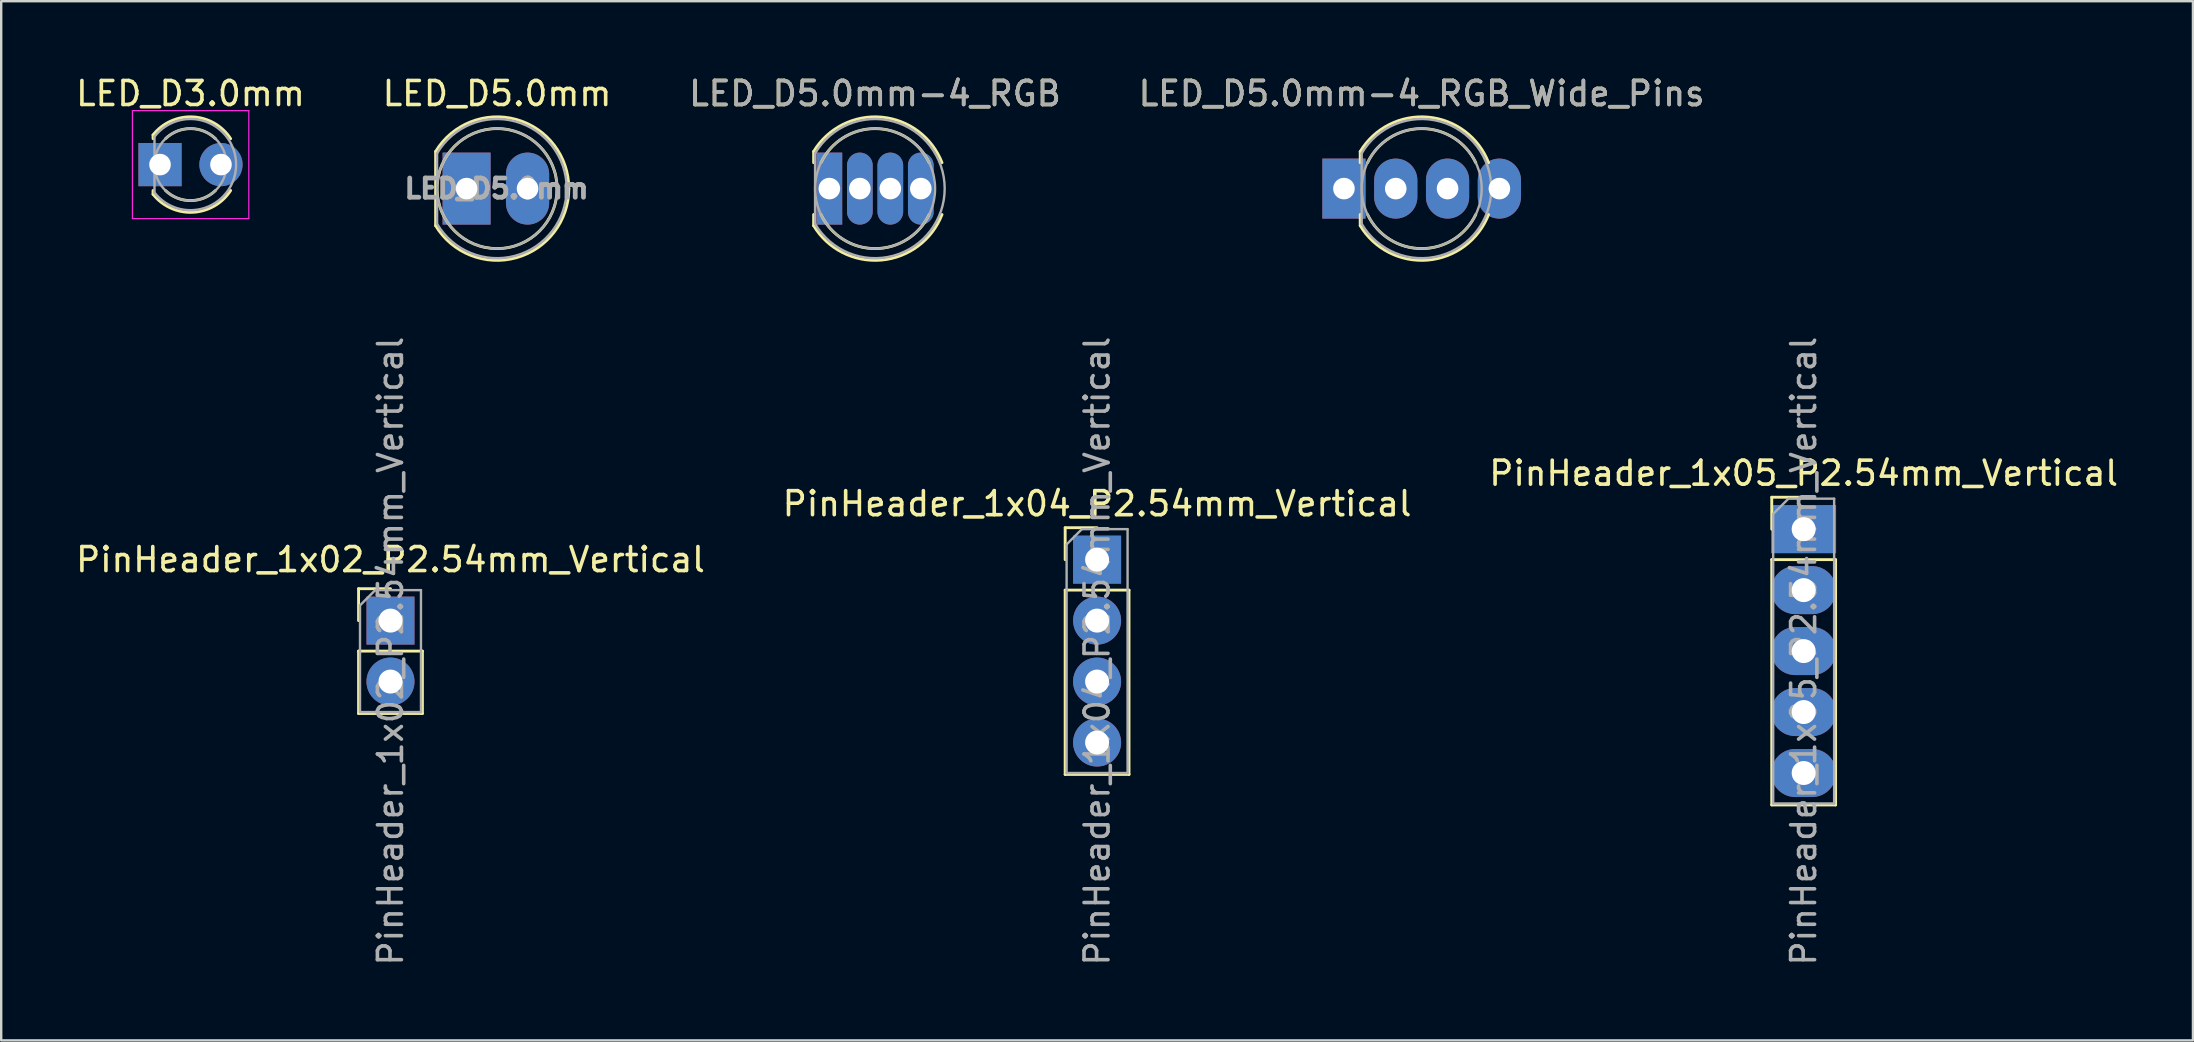
<source format=kicad_pcb>
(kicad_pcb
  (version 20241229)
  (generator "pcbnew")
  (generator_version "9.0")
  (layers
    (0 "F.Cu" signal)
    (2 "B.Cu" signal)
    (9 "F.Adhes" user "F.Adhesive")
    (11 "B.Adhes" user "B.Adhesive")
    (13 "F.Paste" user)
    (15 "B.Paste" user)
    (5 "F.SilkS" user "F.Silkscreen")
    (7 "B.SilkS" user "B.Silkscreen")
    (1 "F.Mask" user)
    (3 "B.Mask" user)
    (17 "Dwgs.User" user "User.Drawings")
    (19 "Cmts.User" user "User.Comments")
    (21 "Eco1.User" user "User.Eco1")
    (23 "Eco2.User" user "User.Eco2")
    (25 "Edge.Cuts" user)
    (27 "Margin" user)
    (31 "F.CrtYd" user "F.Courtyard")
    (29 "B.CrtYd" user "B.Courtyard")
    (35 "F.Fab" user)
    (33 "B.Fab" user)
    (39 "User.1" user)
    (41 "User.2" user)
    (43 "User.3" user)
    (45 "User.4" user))
  (footprint "PinHeader_1x05_P2.54mm_Vertical"
    (layer "F.Cu")
    (at 72.101 18.998)
    (property "Reference" "PinHeader_1x05_P2.54mm_Vertical" (at 0 -2.33 0) (layer "F.SilkS") (effects (font (size 1 1) (thickness 0.15))))
    (attr through_hole)
    (fp_line (start -1.33 -1.33) (end 0 -1.33) (stroke (width 0.12) (type solid)) (layer "F.SilkS"))
    (fp_line (start -1.33 0) (end -1.33 -1.33) (stroke (width 0.12) (type solid)) (layer "F.SilkS"))
    (fp_line (start -1.33 1.27) (end -1.33 11.49) (stroke (width 0.12) (type solid)) (layer "F.SilkS"))
    (fp_line (start -1.33 1.27) (end 1.33 1.27) (stroke (width 0.12) (type solid)) (layer "F.SilkS"))
    (fp_line (start -1.33 11.49) (end 1.33 11.49) (stroke (width 0.12) (type solid)) (layer "F.SilkS"))
    (fp_line (start 1.33 1.27) (end 1.33 11.49) (stroke (width 0.12) (type solid)) (layer "F.SilkS"))
    (fp_line (start -1.27 -0.635) (end -0.635 -1.27) (stroke (width 0.1) (type solid)) (layer "F.Fab"))
    (fp_line (start -1.27 11.43) (end -1.27 -0.635) (stroke (width 0.1) (type solid)) (layer "F.Fab"))
    (fp_line (start -0.635 -1.27) (end 1.27 -1.27) (stroke (width 0.1) (type solid)) (layer "F.Fab"))
    (fp_line (start 1.27 -1.27) (end 1.27 11.43) (stroke (width 0.1) (type solid)) (layer "F.Fab"))
    (fp_line (start 1.27 11.43) (end -1.27 11.43) (stroke (width 0.1) (type solid)) (layer "F.Fab"))
    (fp_text user "${REFERENCE}" (at 0 5.08 90) (layer "F.Fab") (effects (font (size 1 1) (thickness 0.15))))
    (pad "1" thru_hole rect (at 0 0) (size 2.7 2) (drill 1) (layers "*.Cu" "*.Mask"))
    (pad "2" thru_hole oval (at 0 2.54) (size 2.7 2) (drill 1) (layers "*.Cu" "*.Mask"))
    (pad "3" thru_hole oval (at 0 5.08) (size 2.7 2) (drill 1) (layers "*.Cu" "*.Mask"))
    (pad "4" thru_hole oval (at 0 7.62) (size 2.7 2) (drill 1) (layers "*.Cu" "*.Mask"))
    (pad "5" thru_hole oval (at 0 10.16) (size 2.7 2) (drill 1) (layers "*.Cu" "*.Mask")))
  (footprint "PinHeader_1x02_P2.54mm_Vertical"
    (layer "F.Cu")
    (at 13.22 22.808)
    (property "Reference" "PinHeader_1x02_P2.54mm_Vertical" (at 0 -2.54 0) (layer "F.SilkS") (effects (font (size 1 1) (thickness 0.15))))
    (attr through_hole)
    (fp_line (start -1.33 -1.33) (end 0 -1.33) (stroke (width 0.12) (type solid)) (layer "F.SilkS"))
    (fp_line (start -1.33 0) (end -1.33 -1.33) (stroke (width 0.12) (type solid)) (layer "F.SilkS"))
    (fp_line (start -1.33 1.27) (end -1.33 3.87) (stroke (width 0.12) (type solid)) (layer "F.SilkS"))
    (fp_line (start -1.33 1.27) (end 1.33 1.27) (stroke (width 0.12) (type solid)) (layer "F.SilkS"))
    (fp_line (start -1.33 3.87) (end 1.33 3.87) (stroke (width 0.12) (type solid)) (layer "F.SilkS"))
    (fp_line (start 1.33 1.27) (end 1.33 3.87) (stroke (width 0.12) (type solid)) (layer "F.SilkS"))
    (fp_line (start -1.27 -0.635) (end -0.635 -1.27) (stroke (width 0.1) (type solid)) (layer "F.Fab"))
    (fp_line (start -1.27 3.81) (end -1.27 -0.635) (stroke (width 0.1) (type solid)) (layer "F.Fab"))
    (fp_line (start -0.635 -1.27) (end 1.27 -1.27) (stroke (width 0.1) (type solid)) (layer "F.Fab"))
    (fp_line (start 1.27 -1.27) (end 1.27 3.81) (stroke (width 0.1) (type solid)) (layer "F.Fab"))
    (fp_line (start 1.27 3.81) (end -1.27 3.81) (stroke (width 0.1) (type solid)) (layer "F.Fab"))
    (fp_text user "${REFERENCE}" (at 0 1.27 90) (layer "F.Fab") (effects (font (size 1 1) (thickness 0.15))))
    (pad "1" thru_hole rect (at 0 0) (size 2 2) (drill 1) (layers "*.Cu" "*.Mask"))
    (pad "2" thru_hole oval (at 0 2.54) (size 2 2) (drill 1) (layers "*.Cu" "*.Mask")))
  (footprint "PinHeader_1x04_P2.54mm_Vertical"
    (layer "F.Cu")
    (at 42.661 20.268)
    (property "Reference" "PinHeader_1x04_P2.54mm_Vertical" (at 0 -2.33 0) (layer "F.SilkS") (effects (font (size 1 1) (thickness 0.15))))
    (attr through_hole)
    (fp_line (start -1.33 -1.33) (end 0 -1.33) (stroke (width 0.12) (type solid)) (layer "F.SilkS"))
    (fp_line (start -1.33 0) (end -1.33 -1.33) (stroke (width 0.12) (type solid)) (layer "F.SilkS"))
    (fp_line (start -1.33 1.27) (end -1.33 8.95) (stroke (width 0.12) (type solid)) (layer "F.SilkS"))
    (fp_line (start -1.33 1.27) (end 1.33 1.27) (stroke (width 0.12) (type solid)) (layer "F.SilkS"))
    (fp_line (start -1.33 8.95) (end 1.33 8.95) (stroke (width 0.12) (type solid)) (layer "F.SilkS"))
    (fp_line (start 1.33 1.27) (end 1.33 8.95) (stroke (width 0.12) (type solid)) (layer "F.SilkS"))
    (fp_line (start -1.27 -0.635) (end -0.635 -1.27) (stroke (width 0.1) (type solid)) (layer "F.Fab"))
    (fp_line (start -1.27 8.89) (end -1.27 -0.635) (stroke (width 0.1) (type solid)) (layer "F.Fab"))
    (fp_line (start -0.635 -1.27) (end 1.27 -1.27) (stroke (width 0.1) (type solid)) (layer "F.Fab"))
    (fp_line (start 1.27 -1.27) (end 1.27 8.89) (stroke (width 0.1) (type solid)) (layer "F.Fab"))
    (fp_line (start 1.27 8.89) (end -1.27 8.89) (stroke (width 0.1) (type solid)) (layer "F.Fab"))
    (fp_text user "${REFERENCE}" (at 0 3.81 90) (layer "F.Fab") (effects (font (size 1 1) (thickness 0.15))))
    (pad "1" thru_hole rect (at 0 0) (size 2 2) (drill 1) (layers "*.Cu" "*.Mask"))
    (pad "2" thru_hole oval (at 0 2.54) (size 2 2) (drill 1) (layers "*.Cu" "*.Mask"))
    (pad "3" thru_hole oval (at 0 5.08) (size 2 2) (drill 1) (layers "*.Cu" "*.Mask"))
    (pad "4" thru_hole oval (at 0 7.62 2) (size 2 2) (drill 1) (layers "*.Cu" "*.Mask")))
  (footprint "LED_D3.0mm"
    (layer "F.Cu")
    (at 3.617 3.808)
    (property "Reference" "LED_D3.0mm" (at 1.27 -2.96 0) (layer "F.SilkS") (effects (font (size 1 1) (thickness 0.15))))
    (attr through_hole)
    (fp_line (start -0.29 -1.236) (end -0.29 -1.08) (stroke (width 0.12) (type solid)) (layer "F.SilkS"))
    (fp_line (start -0.29 1.08) (end -0.29 1.236) (stroke (width 0.12) (type solid)) (layer "F.SilkS"))
    (fp_arc (start -0.29 -1.235516) (mid 1.366487 -1.987659) (end 2.942335 -1.078608) (stroke (width 0.12) (type solid)) (layer "F.SilkS"))
    (fp_arc (start 0.229039 -1.08) (mid 1.270117 -1.5) (end 2.31113 -1.079837) (stroke (width 0.12) (type solid)) (layer "F.SilkS"))
    (fp_arc (start 2.31113 1.079837) (mid 1.270117 1.5) (end 0.229039 1.08) (stroke (width 0.12) (type solid)) (layer "F.SilkS"))
    (fp_arc (start 2.942335 1.078608) (mid 1.366487 1.987659) (end -0.29 1.235516) (stroke (width 0.12) (type solid)) (layer "F.SilkS"))
    (fp_line (start -1.15 -2.25) (end -1.15 2.25) (stroke (width 0.05) (type solid)) (layer "F.CrtYd"))
    (fp_line (start -1.15 2.25) (end 3.7 2.25) (stroke (width 0.05) (type solid)) (layer "F.CrtYd"))
    (fp_line (start 3.7 -2.25) (end -1.15 -2.25) (stroke (width 0.05) (type solid)) (layer "F.CrtYd"))
    (fp_line (start 3.7 2.25) (end 3.7 -2.25) (stroke (width 0.05) (type solid)) (layer "F.CrtYd"))
    (fp_line (start -0.23 -1.166) (end -0.23 1.166) (stroke (width 0.1) (type solid)) (layer "F.Fab"))
    (fp_arc (start -0.23 -1.16619) (mid 3.17 0.000452) (end -0.230555 1.165476) (stroke (width 0.1) (type solid)) (layer "F.Fab"))
    (fp_circle (center 1.27 0) (end 2.77 0) (stroke (width 0.1) (type solid)) (fill no) (layer "F.Fab"))
    (pad "1" thru_hole rect (at 0 0) (size 1.8 1.8) (drill 0.9) (layers "*.Cu" "*.Mask"))
    (pad "2" thru_hole circle (at 2.54 0) (size 1.8 1.8) (drill 0.9) (layers "*.Cu" "*.Mask")))
  (footprint "LED_D5.0mm-4_RGB_Wide_Pins"
    (layer "F.Cu")
    (at 52.946 4.808)
    (property "Reference" "LED_D5.0mm-4_RGB_Wide_Pins" (at 3.239 -3.96 0) (layer "F.SilkS") (effects (font (size 1 1) (thickness 0.15))))
    (attr through_hole)
    (fp_line (start 0.678 -1.545) (end 0.678 -1.08) (stroke (width 0.12) (type solid)) (layer "F.SilkS"))
    (fp_line (start 0.678 1.08) (end 0.678 1.545) (stroke (width 0.12) (type solid)) (layer "F.SilkS"))
    (fp_arc (start 0.6785 -1.54483) (mid 3.496956 -2.978809) (end 6.026315 -1.080827) (stroke (width 0.12) (type solid)) (layer "F.SilkS"))
    (fp_arc (start 0.983816 -1.08) (mid 3.238262 -2.5) (end 5.492979 -1.080429) (stroke (width 0.12) (type solid)) (layer "F.SilkS"))
    (fp_arc (start 5.492979 1.080429) (mid 3.238262 2.5) (end 0.983816 1.08) (stroke (width 0.12) (type solid)) (layer "F.SilkS"))
    (fp_arc (start 6.026315 1.080827) (mid 3.496956 2.978808) (end 0.6785 1.54483) (stroke (width 0.12) (type solid)) (layer "F.SilkS"))
    (fp_line (start 0.739 -1.47) (end 0.739 1.47) (stroke (width 0.1) (type solid)) (layer "F.Fab"))
    (fp_arc (start 0.7385 -1.469694) (mid 6.1385 0.000016) (end 0.738484 1.469666) (stroke (width 0.1) (type solid)) (layer "F.Fab"))
    (fp_circle (center 3.239 0) (end 5.739 0) (stroke (width 0.1) (type solid)) (fill no) (layer "F.Fab"))
    (fp_text user "${REFERENCE}" (at 3.239 -3.96 0) (layer "F.Fab") (effects (font (size 1 1) (thickness 0.15))))
    (pad "1" thru_hole rect (at 0 0) (size 1.8 2.5) (drill 0.9) (layers "*.Cu" "*.Mask"))
    (pad "2" thru_hole oval (at 2.159 0) (size 1.8 2.5) (drill 0.9) (layers "*.Cu" "*.Mask"))
    (pad "3" thru_hole oval (at 4.318 0) (size 1.8 2.5) (drill 0.9) (layers "*.Cu" "*.Mask"))
    (pad "4" thru_hole oval (at 6.477 0) (size 1.8 2.5) (drill 0.9) (layers "*.Cu" "*.Mask")))
  (footprint "LED_D5.0mm-4_RGB"
    (layer "F.Cu")
    (at 31.506 4.808)
    (property "Reference" "LED_D5.0mm-4_RGB" (at 1.905 -3.96 0) (layer "F.SilkS") (effects (font (size 1 1) (thickness 0.15))))
    (attr through_hole)
    (fp_line (start -0.655 -1.545) (end -0.655 -1.08) (stroke (width 0.12) (type solid)) (layer "F.SilkS"))
    (fp_line (start -0.655 1.08) (end -0.655 1.545) (stroke (width 0.12) (type solid)) (layer "F.SilkS"))
    (fp_arc (start -0.655 -1.54483) (mid 2.163456 -2.978809) (end 4.692815 -1.080827) (stroke (width 0.12) (type solid)) (layer "F.SilkS"))
    (fp_arc (start -0.349684 -1.08) (mid 1.904762 -2.5) (end 4.159479 -1.080429) (stroke (width 0.12) (type solid)) (layer "F.SilkS"))
    (fp_arc (start 4.159479 1.080429) (mid 1.904762 2.5) (end -0.349684 1.08) (stroke (width 0.12) (type solid)) (layer "F.SilkS"))
    (fp_arc (start 4.692815 1.080827) (mid 2.163456 2.978808) (end -0.655 1.54483) (stroke (width 0.12) (type solid)) (layer "F.SilkS"))
    (fp_line (start -0.595 -1.47) (end -0.595 1.47) (stroke (width 0.1) (type solid)) (layer "F.Fab"))
    (fp_arc (start -0.595 -1.469694) (mid 4.805 0.000016) (end -0.595016 1.469666) (stroke (width 0.1) (type solid)) (layer "F.Fab"))
    (fp_circle (center 1.905 0) (end 4.405 0) (stroke (width 0.1) (type solid)) (fill no) (layer "F.Fab"))
    (fp_text user "${REFERENCE}" (at 1.905 -3.96 0) (layer "F.Fab") (effects (font (size 1 1) (thickness 0.15))))
    (pad "1" thru_hole rect (at 0 0) (size 1.07 3) (drill 0.9) (layers "*.Cu" "*.Mask"))
    (pad "2" thru_hole oval (at 1.27 0) (size 1.07 3) (drill 0.9) (layers "*.Cu" "*.Mask"))
    (pad "3" thru_hole oval (at 2.54 0) (size 1.07 3) (drill 0.9) (layers "*.Cu" "*.Mask"))
    (pad "4" thru_hole oval (at 3.81 0) (size 1.07 3) (drill 0.9) (layers "*.Cu" "*.Mask")))
  (footprint "LED_D5.0mm"
    (layer "F.Cu")
    (at 16.391 4.808)
    (property "Reference" "LED_D5.0mm" (at 1.27 -3.96 0) (layer "F.SilkS") (effects (font (size 1 1) (thickness 0.15))))
    (attr through_hole)
    (fp_line (start -1.29 -1.545) (end -1.29 1.545) (stroke (width 0.12) (type solid)) (layer "F.SilkS"))
    (fp_arc (start -1.29 -1.54483) (mid 2.072002 -2.880433) (end 4.26 0.000462) (stroke (width 0.12) (type solid)) (layer "F.SilkS"))
    (fp_arc (start 4.26 -0.000462) (mid 2.072002 2.880433) (end -1.29 1.54483) (stroke (width 0.12) (type solid)) (layer "F.SilkS"))
    (fp_circle (center 1.27 0) (end 3.77 0) (stroke (width 0.12) (type solid)) (fill no) (layer "F.SilkS"))
    (fp_line (start -1.23 -1.47) (end -1.23 1.47) (stroke (width 0.1) (type solid)) (layer "F.Fab"))
    (fp_arc (start -1.23 -1.469694) (mid 4.17 0.000016) (end -1.230016 1.469666) (stroke (width 0.1) (type solid)) (layer "F.Fab"))
    (fp_circle (center 1.27 0) (end 3.77 0) (stroke (width 0.1) (type solid)) (fill no) (layer "F.Fab"))
    (fp_text user "${REFERENCE}" (at 1.25 0 0) (layer "F.Fab") (effects (font (size 0.8 0.8) (thickness 0.2))))
    (pad "1" thru_hole rect (at 0 0) (size 2 3) (drill 0.9) (layers "*.Cu" "*.Mask"))
    (pad "2" thru_hole oval (at 2.54 0) (size 1.8 3) (drill 0.9) (layers "*.Cu" "*.Mask")))
  (gr_rect
    (start -3 -3)
    (end 88.321 40.299)
    (stroke (width 0.1) (type default))
    (fill no)
    (layer "Edge.Cuts")))
</source>
